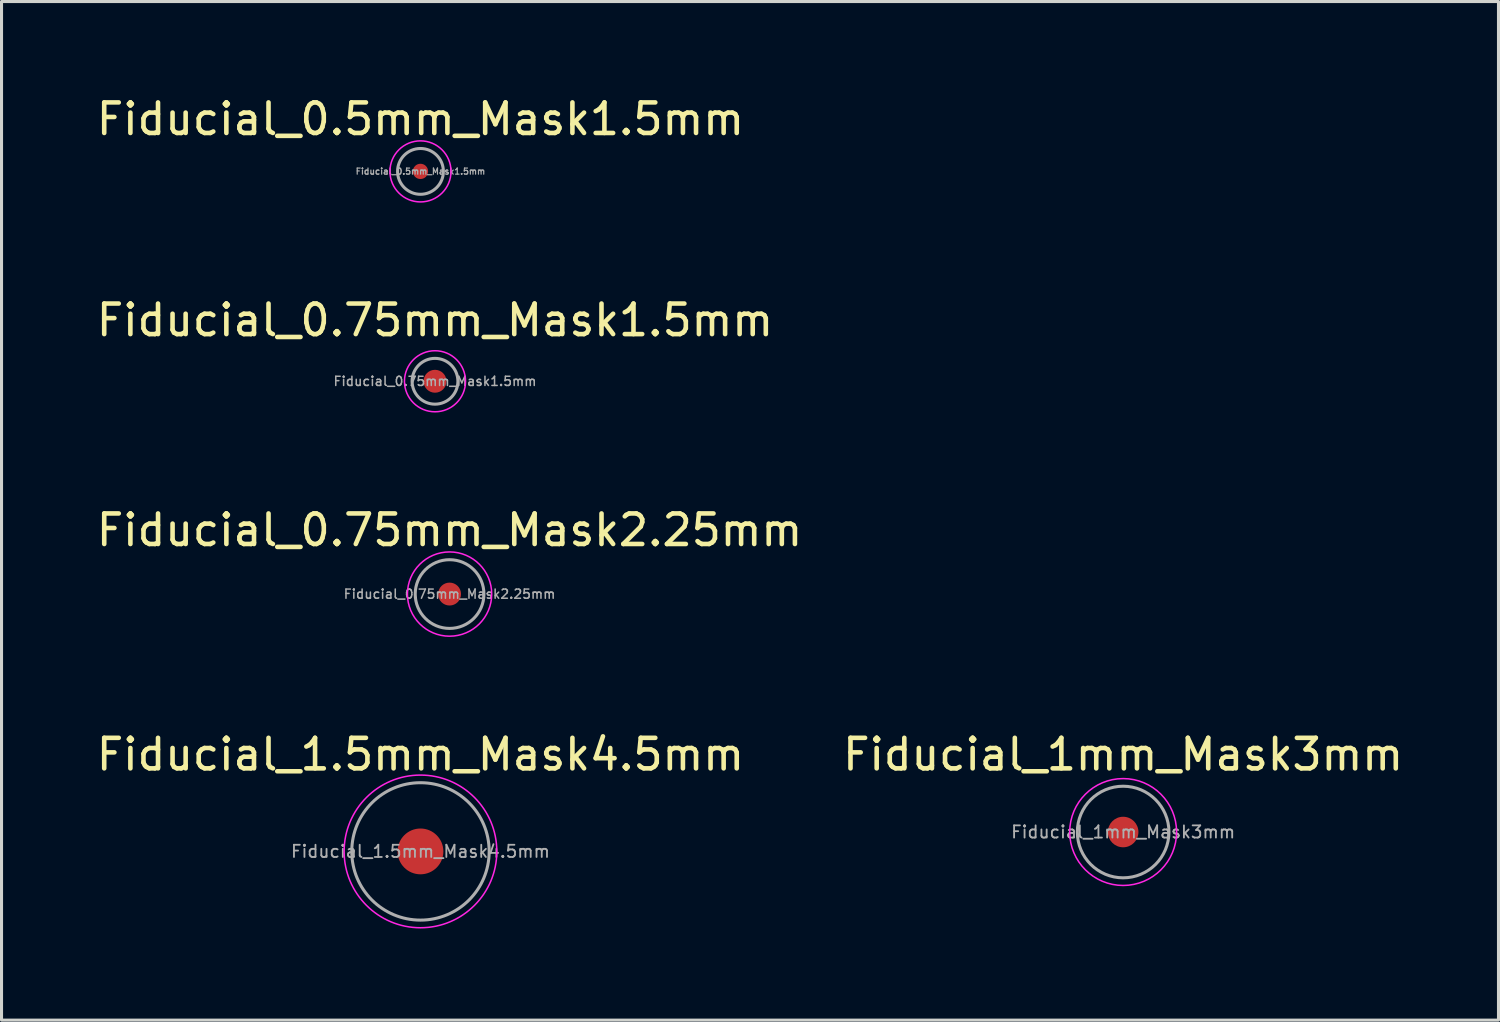
<source format=kicad_pcb>
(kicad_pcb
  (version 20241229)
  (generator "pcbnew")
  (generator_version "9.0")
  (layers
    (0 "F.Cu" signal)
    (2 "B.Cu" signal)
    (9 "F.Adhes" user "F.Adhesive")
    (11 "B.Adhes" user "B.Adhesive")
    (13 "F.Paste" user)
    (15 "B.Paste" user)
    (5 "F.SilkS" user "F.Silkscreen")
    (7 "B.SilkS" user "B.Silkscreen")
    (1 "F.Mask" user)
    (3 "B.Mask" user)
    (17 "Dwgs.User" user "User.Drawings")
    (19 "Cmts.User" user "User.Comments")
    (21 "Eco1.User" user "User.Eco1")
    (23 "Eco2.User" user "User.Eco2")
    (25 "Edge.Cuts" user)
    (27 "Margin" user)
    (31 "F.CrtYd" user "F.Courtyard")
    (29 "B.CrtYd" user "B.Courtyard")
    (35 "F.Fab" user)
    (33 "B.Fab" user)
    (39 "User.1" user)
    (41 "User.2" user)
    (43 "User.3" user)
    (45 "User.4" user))
  (footprint "Fiducial_0.75mm_Mask1.5mm"
    (layer "F.Cu")
    (at 11.196 9.436)
    (property "Reference" "Fiducial_0.75mm_Mask1.5mm" (at 0 -2 0) (layer "F.SilkS") (effects (font (size 1 1) (thickness 0.15))))
    (attr smd)
    (fp_circle (center 0 0) (end 1 0) (stroke (width 0.05) (type solid)) (fill no) (layer "F.CrtYd"))
    (fp_circle (center 0 0) (end 0.75 0) (stroke (width 0.1) (type solid)) (fill no) (layer "F.Fab"))
    (fp_text user "${REFERENCE}" (at 0 0 0) (layer "F.Fab") (effects (font (size 0.3 0.3) (thickness 0.05))))
    (pad "" smd circle (at 0 0) (size 0.75 0.75) (layers "F.Cu" "F.Mask")))
  (footprint "Fiducial_0.75mm_Mask2.25mm"
    (layer "F.Cu")
    (at 11.673 16.405)
    (property "Reference" "Fiducial_0.75mm_Mask2.25mm" (at 0 -2.095 0) (layer "F.SilkS") (effects (font (size 1 1) (thickness 0.15))))
    (attr smd)
    (fp_circle (center 0 0) (end 1.38 0) (stroke (width 0.05) (type solid)) (fill no) (layer "F.CrtYd"))
    (fp_circle (center 0 0) (end 1.125 0) (stroke (width 0.1) (type solid)) (fill no) (layer "F.Fab"))
    (fp_text user "${REFERENCE}" (at 0 0 0) (layer "F.Fab") (effects (font (size 0.3 0.3) (thickness 0.05))))
    (pad "" smd circle (at 0 0) (size 0.75 0.75) (layers "F.Cu" "F.Mask")))
  (footprint "Fiducial_1mm_Mask3mm"
    (layer "F.Cu")
    (at 33.732 24.198)
    (property "Reference" "Fiducial_1mm_Mask3mm" (at 0 -2.54 0) (layer "F.SilkS") (effects (font (size 1 1) (thickness 0.15))))
    (attr smd)
    (fp_circle (center 0 0) (end 1.75 0) (stroke (width 0.05) (type solid)) (fill no) (layer "F.CrtYd"))
    (fp_circle (center 0 0) (end 1.5 0) (stroke (width 0.1) (type solid)) (fill no) (layer "F.Fab"))
    (fp_text user "${REFERENCE}" (at 0 0 0) (layer "F.Fab") (effects (font (size 0.4 0.4) (thickness 0.06))))
    (pad "" smd circle (at 0 0) (size 1 1) (layers "F.Cu" "F.Mask")))
  (footprint "Fiducial_1.5mm_Mask4.5mm"
    (layer "F.Cu")
    (at 10.72 24.833)
    (property "Reference" "Fiducial_1.5mm_Mask4.5mm" (at 0 -3.175 0) (layer "F.SilkS") (effects (font (size 1 1) (thickness 0.15))))
    (attr smd)
    (fp_circle (center 0 0) (end 2.5 0) (stroke (width 0.05) (type solid)) (fill no) (layer "F.CrtYd"))
    (fp_circle (center 0 0) (end 2.25 0) (stroke (width 0.1) (type solid)) (fill no) (layer "F.Fab"))
    (fp_text user "${REFERENCE}" (at 0 0 0) (layer "F.Fab") (effects (font (size 0.4 0.4) (thickness 0.06))))
    (pad "" smd circle (at 0 0) (size 1.5 1.5) (layers "F.Cu" "F.Mask")))
  (footprint "Fiducial_0.5mm_Mask1.5mm"
    (layer "F.Cu")
    (at 10.72 2.563)
    (property "Reference" "Fiducial_0.5mm_Mask1.5mm" (at 0 -1.714 0) (layer "F.SilkS") (effects (font (size 1 1) (thickness 0.15))))
    (attr smd)
    (fp_circle (center 0 0) (end 1 0) (stroke (width 0.05) (type solid)) (fill no) (layer "F.CrtYd"))
    (fp_circle (center 0 0) (end 0.75 0) (stroke (width 0.1) (type solid)) (fill no) (layer "F.Fab"))
    (fp_text user "${REFERENCE}" (at 0 0 0) (layer "F.Fab") (effects (font (size 0.2 0.2) (thickness 0.04))))
    (pad "" smd circle (at 0 0) (size 0.5 0.5) (layers "F.Cu" "F.Mask")))
  (gr_rect
    (start -3 -3)
    (end 46.024 30.358)
    (stroke (width 0.1) (type default))
    (fill no)
    (layer "Edge.Cuts")))
</source>
